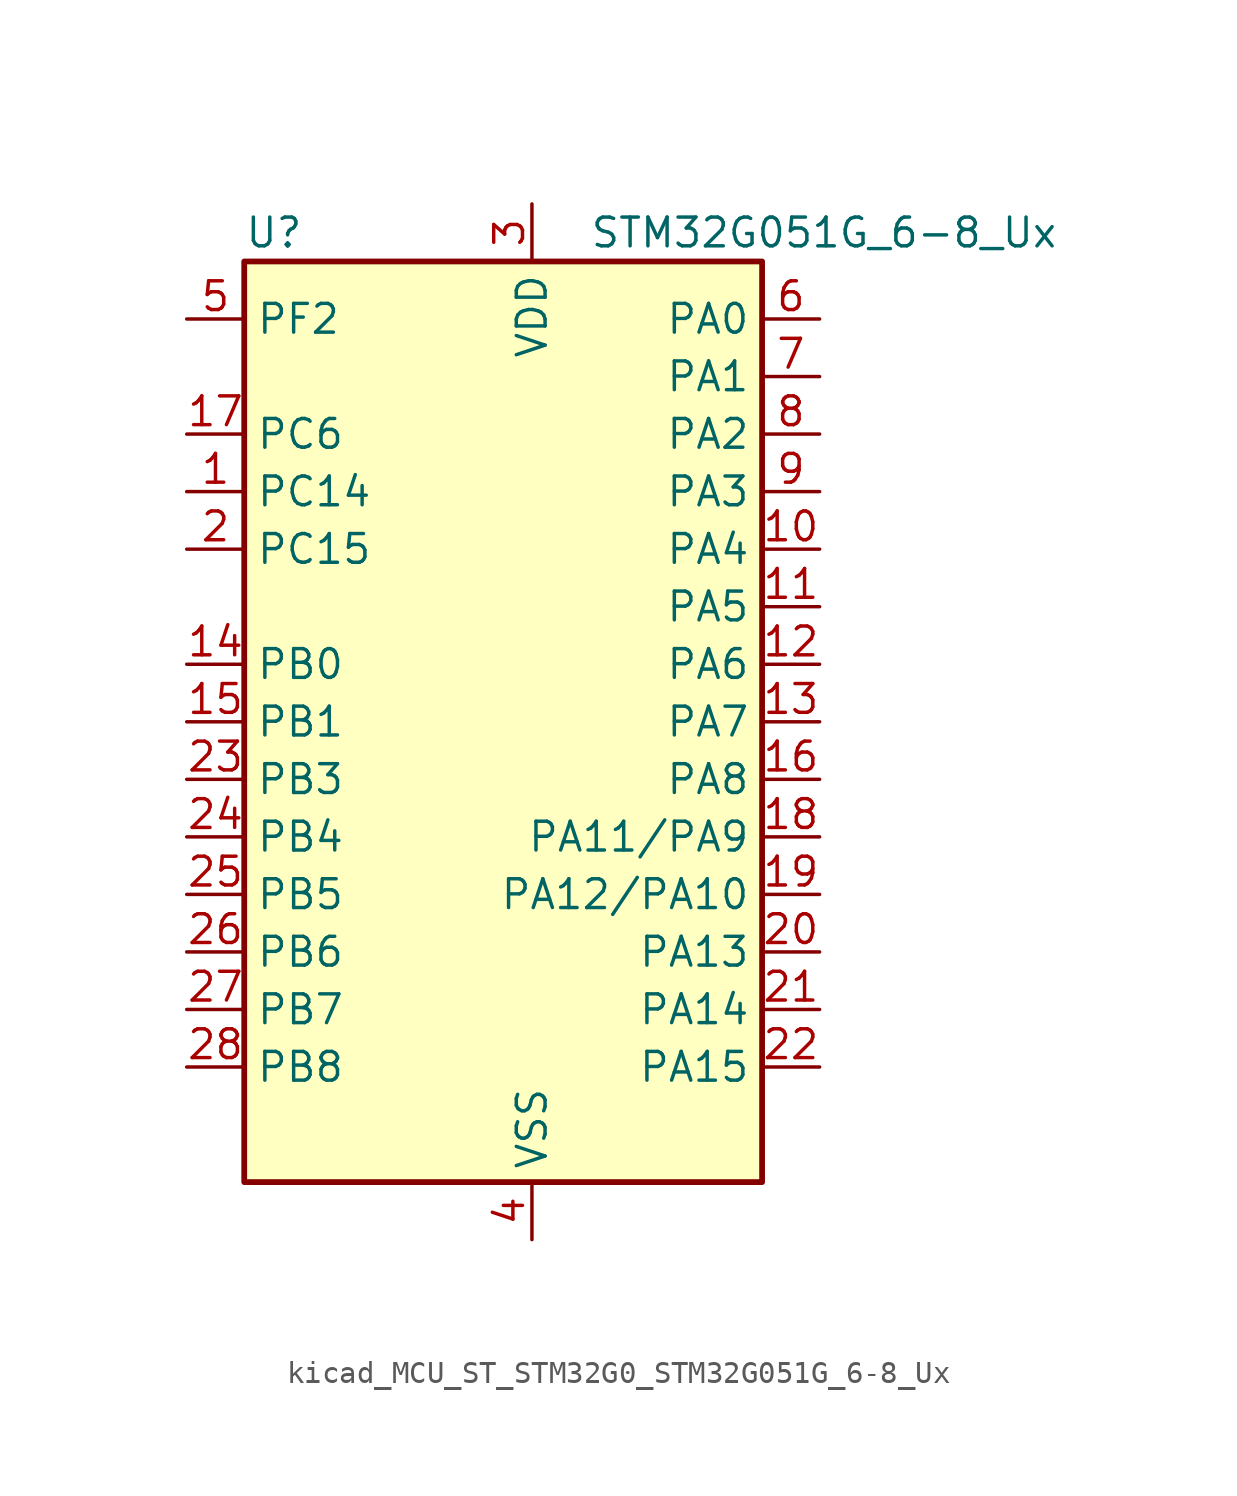
<source format=kicad_sym>
(kicad_symbol_lib
  (version 20220914)
  (generator kicad_symbol_editor)
  (symbol "kicad_MCU_ST_STM32G0_STM32G051G_6-8_Ux"
    (property "Reference" "U"
      (at -10.16 21.59 0)
      (effects (font (size 1.27 1.27)) (justify left)))
    (property "Value" "STM32G051G_6-8_Ux"
      (at 5.08 21.59 0)
      (effects (font (size 1.27 1.27)) (justify left)))
    (property "ki_locked" ""
      (at 0 0 0)
      (effects (font (size 1.27 1.27))))
    (symbol "kicad_MCU_ST_STM32G0_STM32G051G_6-8_Ux_0_1"
      (rectangle (start -10.16 -20.32) (end 12.7 20.32) (stroke (width 0.254) (type default)) (fill (type background))))
    (symbol "kicad_MCU_ST_STM32G0_STM32G051G_6-8_Ux_1_1"
      (pin bidirectional line (at -12.7 10.16 0) (length 2.54) (name "PC14" (effects (font (size 1.27 1.27)))) (number "1" (effects (font (size 1.27 1.27)))) (alternate "RCC_OSC32_IN" bidirectional line) (alternate "RCC_OSC_IN" bidirectional line) (alternate "TIM1_BK2" bidirectional line))
      (pin bidirectional line (at 15.24 7.62 180) (length 2.54) (name "PA4" (effects (font (size 1.27 1.27)))) (number "10" (effects (font (size 1.27 1.27)))) (alternate "ADC1_IN4" bidirectional line) (alternate "DAC1_OUT1" bidirectional line) (alternate "I2S1_WS" bidirectional line) (alternate "LPTIM2_OUT" bidirectional line) (alternate "RTC_OUT1" bidirectional line) (alternate "RTC_TAMP_IN1" bidirectional line) (alternate "RTC_TS" bidirectional line) (alternate "SPI1_NSS" bidirectional line) (alternate "SPI2_MOSI" bidirectional line) (alternate "SYS_WKUP2" bidirectional line) (alternate "TIM14_CH1" bidirectional line))
      (pin bidirectional line (at 15.24 5.08 180) (length 2.54) (name "PA5" (effects (font (size 1.27 1.27)))) (number "11" (effects (font (size 1.27 1.27)))) (alternate "ADC1_IN5" bidirectional line) (alternate "DAC1_OUT2" bidirectional line) (alternate "I2S1_CK" bidirectional line) (alternate "LPTIM2_ETR" bidirectional line) (alternate "SPI1_SCK" bidirectional line) (alternate "TIM2_CH1" bidirectional line) (alternate "TIM2_ETR" bidirectional line))
      (pin bidirectional line (at 15.24 2.54 180) (length 2.54) (name "PA6" (effects (font (size 1.27 1.27)))) (number "12" (effects (font (size 1.27 1.27)))) (alternate "ADC1_IN6" bidirectional line) (alternate "COMP1_OUT" bidirectional line) (alternate "I2S1_MCK" bidirectional line) (alternate "LPUART1_CTS" bidirectional line) (alternate "SPI1_MISO" bidirectional line) (alternate "TIM16_CH1" bidirectional line) (alternate "TIM1_BK" bidirectional line) (alternate "TIM3_CH1" bidirectional line))
      (pin bidirectional line (at 15.24 0 180) (length 2.54) (name "PA7" (effects (font (size 1.27 1.27)))) (number "13" (effects (font (size 1.27 1.27)))) (alternate "ADC1_IN7" bidirectional line) (alternate "COMP2_OUT" bidirectional line) (alternate "I2S1_SD" bidirectional line) (alternate "SPI1_MOSI" bidirectional line) (alternate "TIM14_CH1" bidirectional line) (alternate "TIM17_CH1" bidirectional line) (alternate "TIM1_CH1N" bidirectional line) (alternate "TIM3_CH2" bidirectional line))
      (pin bidirectional line (at -12.7 2.54 0) (length 2.54) (name "PB0" (effects (font (size 1.27 1.27)))) (number "14" (effects (font (size 1.27 1.27)))) (alternate "ADC1_IN8" bidirectional line) (alternate "COMP1_OUT" bidirectional line) (alternate "I2S1_WS" bidirectional line) (alternate "LPTIM1_OUT" bidirectional line) (alternate "SPI1_NSS" bidirectional line) (alternate "TIM1_CH2N" bidirectional line) (alternate "TIM3_CH3" bidirectional line))
      (pin bidirectional line (at -12.7 0 0) (length 2.54) (name "PB1" (effects (font (size 1.27 1.27)))) (number "15" (effects (font (size 1.27 1.27)))) (alternate "ADC1_IN9" bidirectional line) (alternate "COMP1_INM" bidirectional line) (alternate "LPTIM2_IN1" bidirectional line) (alternate "LPUART1_DE" bidirectional line) (alternate "LPUART1_RTS" bidirectional line) (alternate "TIM14_CH1" bidirectional line) (alternate "TIM1_CH3N" bidirectional line) (alternate "TIM3_CH4" bidirectional line))
      (pin bidirectional line (at 15.24 -2.54 180) (length 2.54) (name "PA8" (effects (font (size 1.27 1.27)))) (number "16" (effects (font (size 1.27 1.27)))) (alternate "LPTIM2_OUT" bidirectional line) (alternate "RCC_MCO" bidirectional line) (alternate "SPI2_NSS" bidirectional line) (alternate "TIM1_CH1" bidirectional line))
      (pin bidirectional line (at -12.7 12.7 0) (length 2.54) (name "PC6" (effects (font (size 1.27 1.27)))) (number "17" (effects (font (size 1.27 1.27)))) (alternate "TIM2_CH3" bidirectional line) (alternate "TIM3_CH1" bidirectional line))
      (pin bidirectional line (at 15.24 -5.08 180) (length 2.54) (name "PA11/PA9" (effects (font (size 1.27 1.27)))) (number "18" (effects (font (size 1.27 1.27)))) (alternate "ADC1_EXTI11" bidirectional line) (alternate "ADC1_IN15" bidirectional line) (alternate "COMP1_OUT" bidirectional line) (alternate "I2C2_SCL" bidirectional line) (alternate "I2S1_MCK" bidirectional line) (alternate "SPI1_MISO" bidirectional line) (alternate "TIM1_BK2" bidirectional line) (alternate "TIM1_CH4" bidirectional line) (alternate "USART1_CTS" bidirectional line) (alternate "USART1_NSS" bidirectional line))
      (pin bidirectional line (at 15.24 -7.62 180) (length 2.54) (name "PA12/PA10" (effects (font (size 1.27 1.27)))) (number "19" (effects (font (size 1.27 1.27)))) (alternate "ADC1_IN16" bidirectional line) (alternate "COMP2_OUT" bidirectional line) (alternate "I2C2_SDA" bidirectional line) (alternate "I2S1_SD" bidirectional line) (alternate "I2S_CKIN" bidirectional line) (alternate "SPI1_MOSI" bidirectional line) (alternate "TIM1_ETR" bidirectional line) (alternate "USART1_CK" bidirectional line) (alternate "USART1_DE" bidirectional line) (alternate "USART1_RTS" bidirectional line))
      (pin bidirectional line (at -12.7 7.62 0) (length 2.54) (name "PC15" (effects (font (size 1.27 1.27)))) (number "2" (effects (font (size 1.27 1.27)))) (alternate "RCC_OSC32_EN" bidirectional line) (alternate "RCC_OSC32_OUT" bidirectional line) (alternate "RCC_OSC_EN" bidirectional line) (alternate "TIM15_BK" bidirectional line))
      (pin bidirectional line (at 15.24 -10.16 180) (length 2.54) (name "PA13" (effects (font (size 1.27 1.27)))) (number "20" (effects (font (size 1.27 1.27)))) (alternate "ADC1_IN17" bidirectional line) (alternate "IR_OUT" bidirectional line) (alternate "SYS_SWDIO" bidirectional line))
      (pin bidirectional line (at 15.24 -12.7 180) (length 2.54) (name "PA14" (effects (font (size 1.27 1.27)))) (number "21" (effects (font (size 1.27 1.27)))) (alternate "ADC1_IN18" bidirectional line) (alternate "SYS_SWCLK" bidirectional line) (alternate "USART2_TX" bidirectional line))
      (pin bidirectional line (at 15.24 -15.24 180) (length 2.54) (name "PA15" (effects (font (size 1.27 1.27)))) (number "22" (effects (font (size 1.27 1.27)))) (alternate "I2S1_WS" bidirectional line) (alternate "SPI1_NSS" bidirectional line) (alternate "TIM2_CH1" bidirectional line) (alternate "TIM2_ETR" bidirectional line) (alternate "USART2_RX" bidirectional line))
      (pin bidirectional line (at -12.7 -2.54 0) (length 2.54) (name "PB3" (effects (font (size 1.27 1.27)))) (number "23" (effects (font (size 1.27 1.27)))) (alternate "COMP2_INM" bidirectional line) (alternate "I2S1_CK" bidirectional line) (alternate "SPI1_SCK" bidirectional line) (alternate "TIM1_CH2" bidirectional line) (alternate "TIM2_CH2" bidirectional line) (alternate "USART1_CK" bidirectional line) (alternate "USART1_DE" bidirectional line) (alternate "USART1_RTS" bidirectional line))
      (pin bidirectional line (at -12.7 -5.08 0) (length 2.54) (name "PB4" (effects (font (size 1.27 1.27)))) (number "24" (effects (font (size 1.27 1.27)))) (alternate "COMP2_INP" bidirectional line) (alternate "I2S1_MCK" bidirectional line) (alternate "SPI1_MISO" bidirectional line) (alternate "TIM17_BK" bidirectional line) (alternate "TIM3_CH1" bidirectional line) (alternate "USART1_CTS" bidirectional line) (alternate "USART1_NSS" bidirectional line))
      (pin bidirectional line (at -12.7 -7.62 0) (length 2.54) (name "PB5" (effects (font (size 1.27 1.27)))) (number "25" (effects (font (size 1.27 1.27)))) (alternate "COMP2_OUT" bidirectional line) (alternate "I2C1_SMBA" bidirectional line) (alternate "I2S1_SD" bidirectional line) (alternate "LPTIM1_IN1" bidirectional line) (alternate "SPI1_MOSI" bidirectional line) (alternate "SYS_WKUP6" bidirectional line) (alternate "TIM16_BK" bidirectional line) (alternate "TIM3_CH2" bidirectional line))
      (pin bidirectional line (at -12.7 -10.16 0) (length 2.54) (name "PB6" (effects (font (size 1.27 1.27)))) (number "26" (effects (font (size 1.27 1.27)))) (alternate "COMP2_INP" bidirectional line) (alternate "I2C1_SCL" bidirectional line) (alternate "LPTIM1_ETR" bidirectional line) (alternate "SPI2_MISO" bidirectional line) (alternate "TIM16_CH1N" bidirectional line) (alternate "TIM1_CH3" bidirectional line) (alternate "USART1_TX" bidirectional line))
      (pin bidirectional line (at -12.7 -12.7 0) (length 2.54) (name "PB7" (effects (font (size 1.27 1.27)))) (number "27" (effects (font (size 1.27 1.27)))) (alternate "ADC1_IN11" bidirectional line) (alternate "COMP2_INM" bidirectional line) (alternate "I2C1_SDA" bidirectional line) (alternate "LPTIM1_IN2" bidirectional line) (alternate "SPI2_MOSI" bidirectional line) (alternate "SYS_PVD_IN" bidirectional line) (alternate "TIM17_CH1N" bidirectional line) (alternate "USART1_RX" bidirectional line))
      (pin bidirectional line (at -12.7 -15.24 0) (length 2.54) (name "PB8" (effects (font (size 1.27 1.27)))) (number "28" (effects (font (size 1.27 1.27)))) (alternate "I2C1_SCL" bidirectional line) (alternate "SPI2_SCK" bidirectional line) (alternate "TIM15_BK" bidirectional line) (alternate "TIM16_CH1" bidirectional line))
      (pin power_in line (at 2.54 22.86 270) (length 2.54) (name "VDD" (effects (font (size 1.27 1.27)))) (number "3" (effects (font (size 1.27 1.27)))))
      (pin power_in line (at 2.54 -22.86 90) (length 2.54) (name "VSS" (effects (font (size 1.27 1.27)))) (number "4" (effects (font (size 1.27 1.27)))))
      (pin bidirectional line (at -12.7 17.78 0) (length 2.54) (name "PF2" (effects (font (size 1.27 1.27)))) (number "5" (effects (font (size 1.27 1.27)))) (alternate "RCC_MCO" bidirectional line))
      (pin bidirectional line (at 15.24 17.78 180) (length 2.54) (name "PA0" (effects (font (size 1.27 1.27)))) (number "6" (effects (font (size 1.27 1.27)))) (alternate "ADC1_IN0" bidirectional line) (alternate "COMP1_INM" bidirectional line) (alternate "COMP1_OUT" bidirectional line) (alternate "LPTIM1_OUT" bidirectional line) (alternate "RTC_TAMP_IN2" bidirectional line) (alternate "SPI2_SCK" bidirectional line) (alternate "SYS_WKUP1" bidirectional line) (alternate "TIM2_CH1" bidirectional line) (alternate "TIM2_ETR" bidirectional line) (alternate "USART2_CTS" bidirectional line) (alternate "USART2_NSS" bidirectional line))
      (pin bidirectional line (at 15.24 15.24 180) (length 2.54) (name "PA1" (effects (font (size 1.27 1.27)))) (number "7" (effects (font (size 1.27 1.27)))) (alternate "ADC1_IN1" bidirectional line) (alternate "COMP1_INP" bidirectional line) (alternate "I2C1_SMBA" bidirectional line) (alternate "I2S1_CK" bidirectional line) (alternate "SPI1_SCK" bidirectional line) (alternate "TIM15_CH1N" bidirectional line) (alternate "TIM2_CH2" bidirectional line) (alternate "USART2_CK" bidirectional line) (alternate "USART2_DE" bidirectional line) (alternate "USART2_RTS" bidirectional line))
      (pin bidirectional line (at 15.24 12.7 180) (length 2.54) (name "PA2" (effects (font (size 1.27 1.27)))) (number "8" (effects (font (size 1.27 1.27)))) (alternate "ADC1_IN2" bidirectional line) (alternate "COMP2_INM" bidirectional line) (alternate "COMP2_OUT" bidirectional line) (alternate "I2S1_SD" bidirectional line) (alternate "LPUART1_TX" bidirectional line) (alternate "RCC_LSCO" bidirectional line) (alternate "SPI1_MOSI" bidirectional line) (alternate "SYS_WKUP4" bidirectional line) (alternate "TIM15_CH1" bidirectional line) (alternate "TIM2_CH3" bidirectional line) (alternate "USART2_TX" bidirectional line))
      (pin bidirectional line (at 15.24 10.16 180) (length 2.54) (name "PA3" (effects (font (size 1.27 1.27)))) (number "9" (effects (font (size 1.27 1.27)))) (alternate "ADC1_IN3" bidirectional line) (alternate "COMP2_INP" bidirectional line) (alternate "LPUART1_RX" bidirectional line) (alternate "SPI2_MISO" bidirectional line) (alternate "TIM15_CH2" bidirectional line) (alternate "TIM2_CH4" bidirectional line) (alternate "USART2_RX" bidirectional line)))))
</source>
